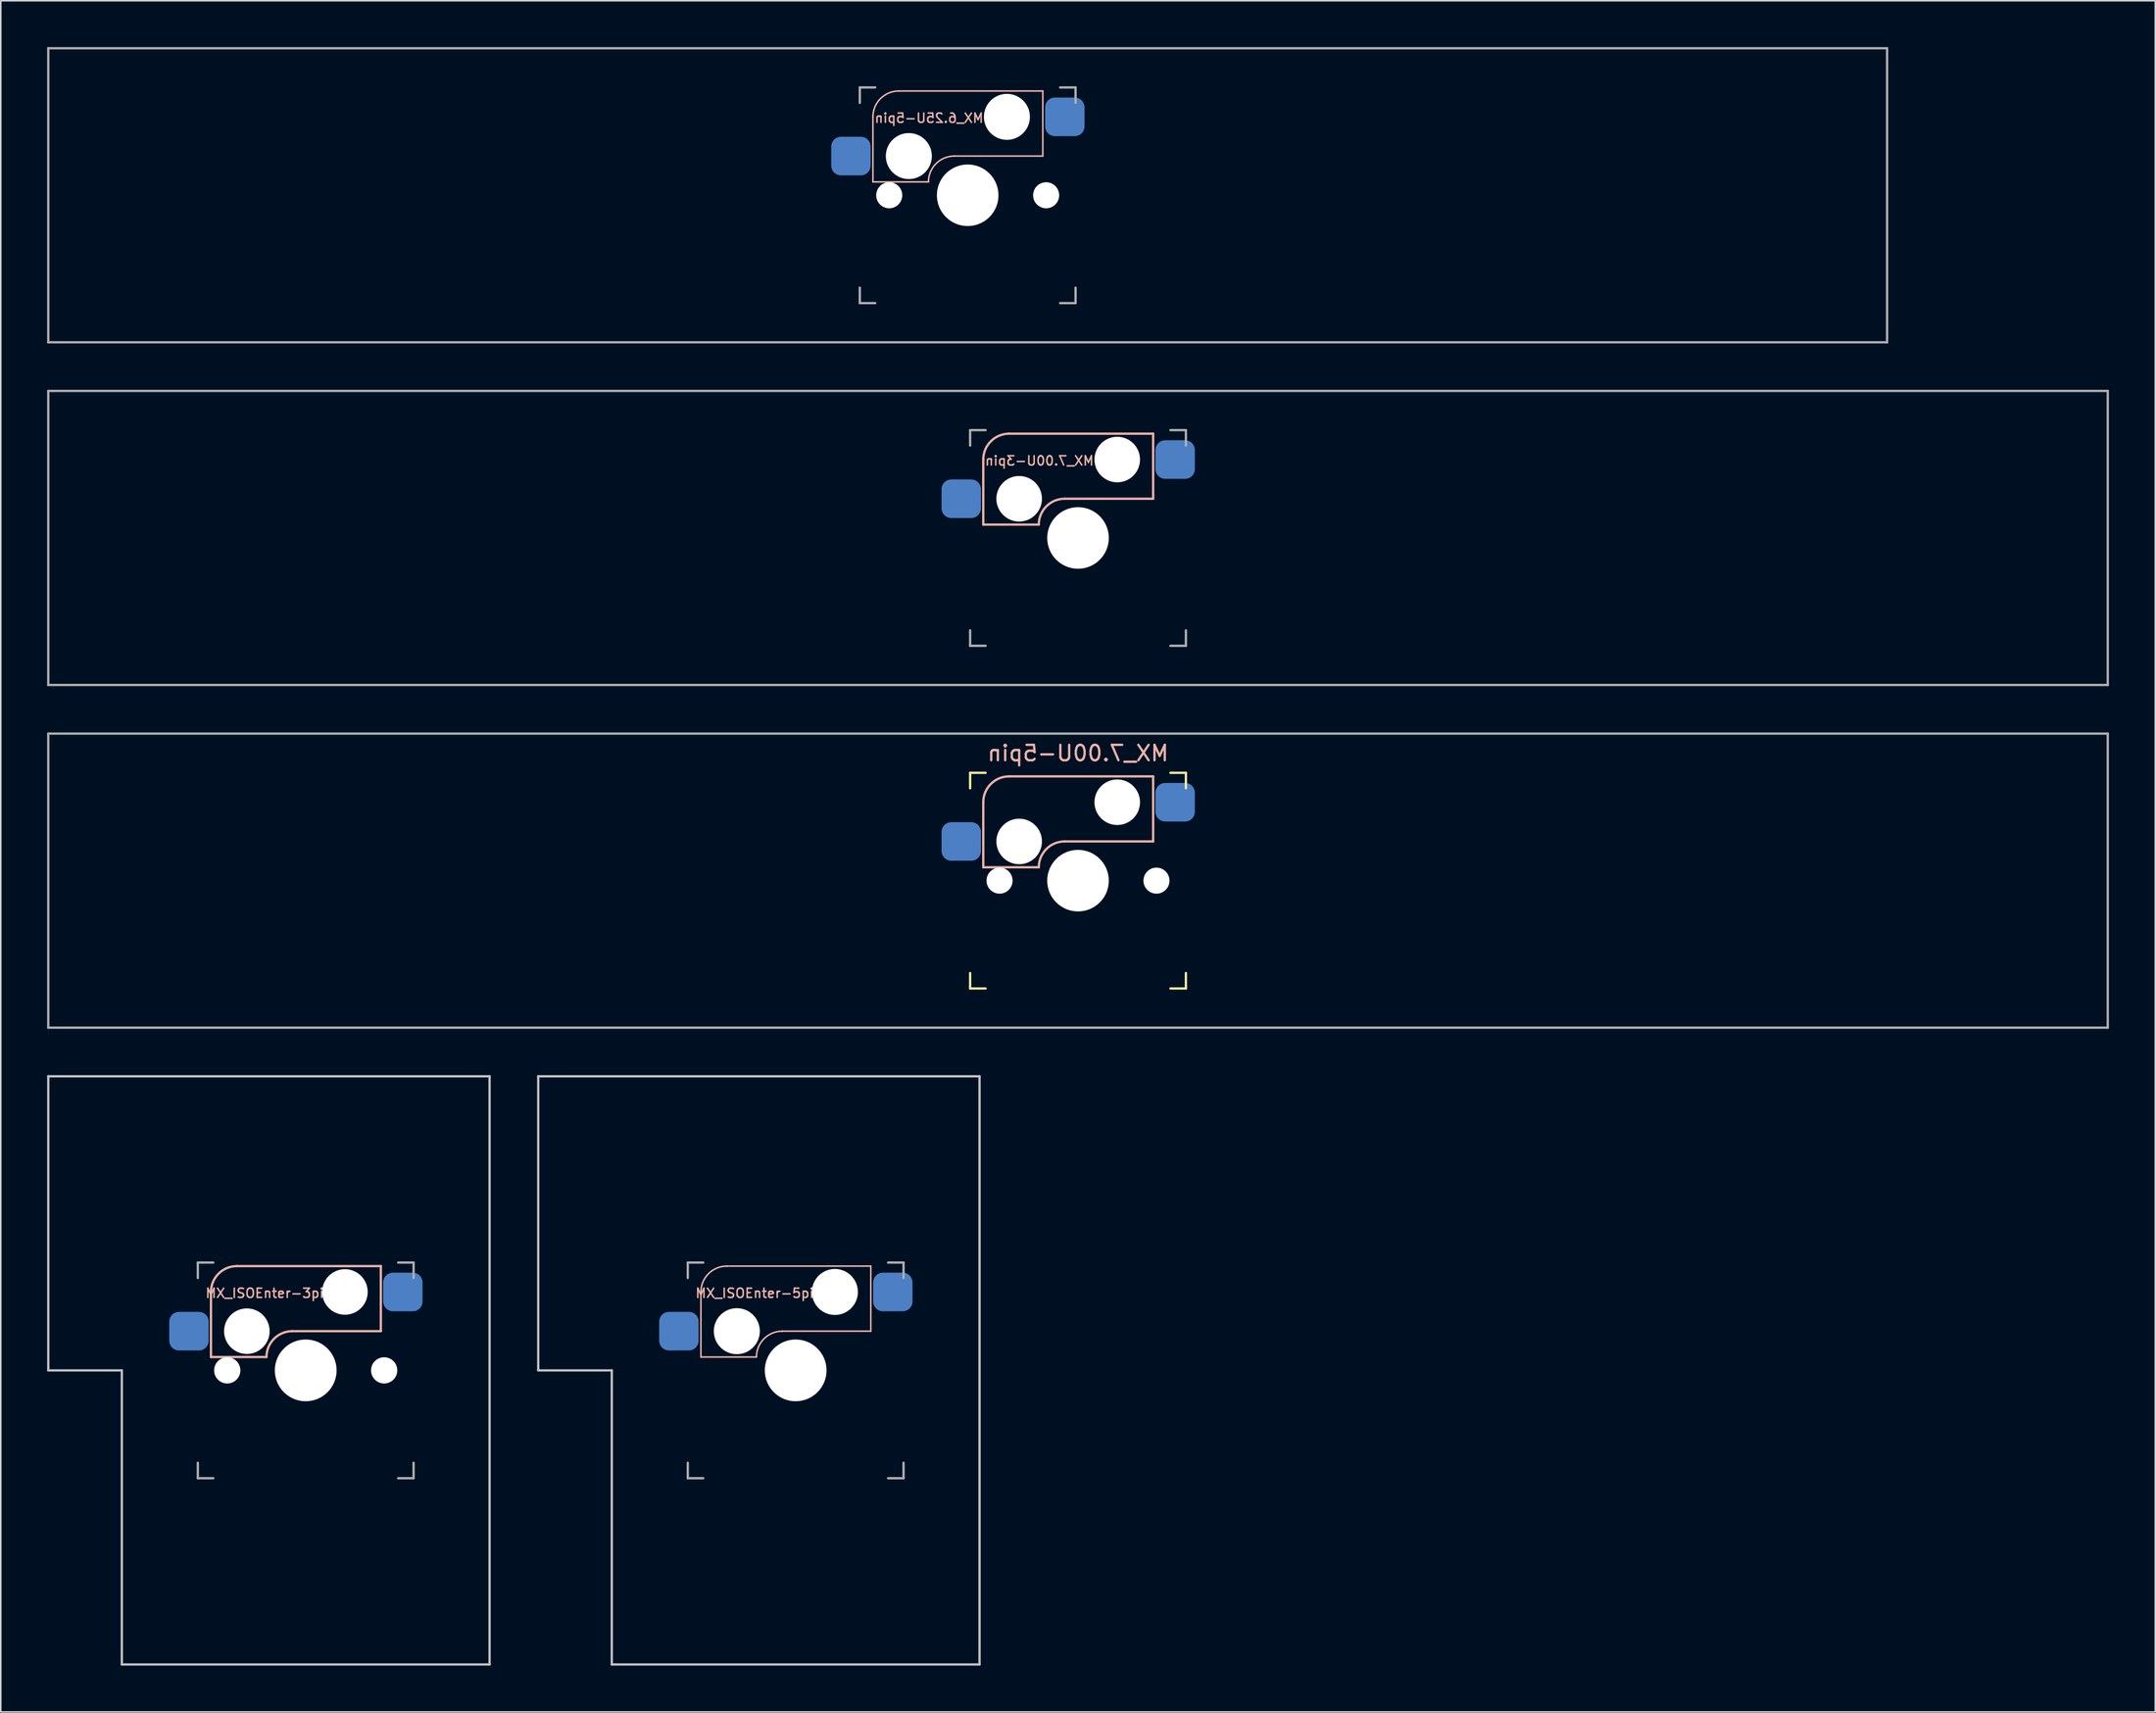
<source format=kicad_pcb>
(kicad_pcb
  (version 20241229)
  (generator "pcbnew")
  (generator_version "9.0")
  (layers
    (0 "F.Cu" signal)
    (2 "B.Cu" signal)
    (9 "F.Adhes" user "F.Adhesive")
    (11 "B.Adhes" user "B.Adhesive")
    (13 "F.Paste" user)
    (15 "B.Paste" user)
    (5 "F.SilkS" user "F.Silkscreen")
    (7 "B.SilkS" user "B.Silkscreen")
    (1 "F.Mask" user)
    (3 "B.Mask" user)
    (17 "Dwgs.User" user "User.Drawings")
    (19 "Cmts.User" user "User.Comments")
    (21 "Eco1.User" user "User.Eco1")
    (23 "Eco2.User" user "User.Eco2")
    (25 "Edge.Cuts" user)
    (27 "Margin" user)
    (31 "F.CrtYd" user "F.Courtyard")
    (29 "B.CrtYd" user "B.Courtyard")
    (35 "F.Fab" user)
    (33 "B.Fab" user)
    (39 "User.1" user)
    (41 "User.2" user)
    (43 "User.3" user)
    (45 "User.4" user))
  (footprint "MX_6.25U-5pin"
    (layer "F.Cu")
    (at 59.606 9.6)
    (property "Reference" "MX_6.25U-5pin" (at -2.5 -5 0) (layer "B.SilkS") (effects (font (size 0.6 0.6) (thickness 0.1)) (justify mirror)))
    (attr smd)
    (fp_line (start -6.135 -5.08) (end -6.135 -0.865) (stroke (width 0.1) (type solid)) (layer "B.SilkS"))
    (fp_line (start -6.135 -0.865) (end -2.54 -0.865) (stroke (width 0.1) (type solid)) (layer "B.SilkS"))
    (fp_line (start -4.46 -6.755) (end 4.865 -6.755) (stroke (width 0.1) (type solid)) (layer "B.SilkS"))
    (fp_line (start -0.865 -2.54) (end 4.865 -2.54) (stroke (width 0.1) (type solid)) (layer "B.SilkS"))
    (fp_line (start 4.865 -6.755) (end 4.865 -2.54) (stroke (width 0.1) (type solid)) (layer "B.SilkS"))
    (fp_arc (start -6.135 -5.08) (mid -5.644404 -6.264404) (end -4.46 -6.755) (stroke (width 0.1) (type solid)) (layer "B.SilkS"))
    (fp_arc (start -2.54 -0.865) (mid -2.049404 -2.049404) (end -0.865 -2.54) (stroke (width 0.1) (type solid)) (layer "B.SilkS"))
    (fp_line (start -6.985 6.985) (end -6.985 -6.985) (stroke (width 0.15) (type solid)) (layer "Eco2.User"))
    (fp_line (start -6.985 6.985) (end 6.985 6.985) (stroke (width 0.15) (type solid)) (layer "Eco2.User"))
    (fp_line (start 6.985 -6.985) (end -6.985 -6.985) (stroke (width 0.15) (type solid)) (layer "Eco2.User"))
    (fp_line (start 6.985 -6.985) (end 6.985 6.985) (stroke (width 0.15) (type solid)) (layer "Eco2.User"))
    (fp_line (start -59.531 -9.525) (end 59.531 -9.525) (stroke (width 0.15) (type solid)) (layer "F.Fab"))
    (fp_line (start -59.531 9.525) (end -59.531 -9.525) (stroke (width 0.15) (type solid)) (layer "F.Fab"))
    (fp_line (start -6.985 -5.985) (end -6.985 -6.985) (stroke (width 0.15) (type solid)) (layer "F.Fab"))
    (fp_line (start -6.985 6.985) (end -6.985 5.985) (stroke (width 0.15) (type solid)) (layer "F.Fab"))
    (fp_line (start -6.985 6.985) (end -5.985 6.985) (stroke (width 0.15) (type solid)) (layer "F.Fab"))
    (fp_line (start -5.985 -6.985) (end -6.985 -6.985) (stroke (width 0.15) (type solid)) (layer "F.Fab"))
    (fp_line (start 5.985 6.985) (end 6.985 6.985) (stroke (width 0.15) (type solid)) (layer "F.Fab"))
    (fp_line (start 6.985 -6.985) (end 5.985 -6.985) (stroke (width 0.15) (type solid)) (layer "F.Fab"))
    (fp_line (start 6.985 -6.985) (end 6.985 -5.985) (stroke (width 0.15) (type solid)) (layer "F.Fab"))
    (fp_line (start 6.985 5.985) (end 6.985 6.985) (stroke (width 0.15) (type solid)) (layer "F.Fab"))
    (fp_line (start 59.531 -9.525) (end 59.531 9.525) (stroke (width 0.15) (type solid)) (layer "F.Fab"))
    (fp_line (start 59.531 9.525) (end -59.531 9.525) (stroke (width 0.15) (type solid)) (layer "F.Fab"))
    (pad "" np_thru_hole circle (at -5.08 0) (size 1.688 1.688) (drill 1.688) (layers "*.Cu" "*.Mask"))
    (pad "" np_thru_hole circle (at -3.81 -2.54) (size 2.98 2.98) (drill 2.98) (layers "*.Cu" "*.Mask"))
    (pad "" np_thru_hole circle (at 0 0) (size 3.988 3.988) (drill 3.988) (layers "*.Cu" "*.Mask"))
    (pad "" np_thru_hole circle (at 2.54 -5.08) (size 2.98 2.98) (drill 2.98) (layers "*.Cu" "*.Mask"))
    (pad "" np_thru_hole circle (at 5.08 0) (size 1.688 1.688) (drill 1.688) (layers "*.Cu" "*.Mask"))
    (pad "1" smd roundrect (at 6.29 -5.08) (size 2.55 2.5) (layers "B.Cu" "B.Mask" "B.Paste") (roundrect_rratio 0.25))
    (pad "2" smd roundrect (at -7.56 -2.54) (size 2.55 2.5) (layers "B.Cu" "B.Mask" "B.Paste") (roundrect_rratio 0.25)))
  (footprint "MX_ISOEnter-3pin"
    (layer "F.Cu")
    (at 14.363 85.725)
    (property "Reference" "MX_ISOEnter-3pin" (at 0 -5 0) (layer "B.SilkS") (effects (font (size 0.6 0.6) (thickness 0.1))))
    (attr through_hole)
    (fp_line (start -3.754 -5.08) (end -3.754 -0.865) (stroke (width 0.15) (type solid)) (layer "B.SilkS"))
    (fp_line (start -3.754 -0.865) (end -0.159 -0.865) (stroke (width 0.15) (type solid)) (layer "B.SilkS"))
    (fp_line (start -2.079 -6.755) (end 7.246 -6.755) (stroke (width 0.15) (type solid)) (layer "B.SilkS"))
    (fp_line (start 1.516 -2.54) (end 7.246 -2.54) (stroke (width 0.15) (type solid)) (layer "B.SilkS"))
    (fp_line (start 7.246 -6.755) (end 7.246 -2.54) (stroke (width 0.15) (type solid)) (layer "B.SilkS"))
    (fp_arc (start -3.75375 -5.08) (mid -3.263154 -6.264404) (end -2.07875 -6.755) (stroke (width 0.15) (type solid)) (layer "B.SilkS"))
    (fp_arc (start -0.15875 -0.865) (mid 0.331846 -2.049404) (end 1.51625 -2.54) (stroke (width 0.15) (type solid)) (layer "B.SilkS"))
    (fp_line (start -14.287 -19.05) (end 14.287 -19.05) (stroke (width 0.15) (type solid)) (layer "Dwgs.User"))
    (fp_line (start -14.287 0) (end -14.287 -19.05) (stroke (width 0.15) (type solid)) (layer "Dwgs.User"))
    (fp_line (start -9.525 0) (end -14.287 0) (stroke (width 0.15) (type solid)) (layer "Dwgs.User"))
    (fp_line (start -9.525 19.05) (end -9.525 0) (stroke (width 0.15) (type solid)) (layer "Dwgs.User"))
    (fp_line (start 14.287 -19.05) (end 14.287 19.05) (stroke (width 0.15) (type solid)) (layer "Dwgs.User"))
    (fp_line (start 14.287 19.05) (end -9.525 19.05) (stroke (width 0.15) (type solid)) (layer "Dwgs.User"))
    (fp_line (start -4.604 6.985) (end -4.604 -6.985) (stroke (width 0.15) (type solid)) (layer "Eco2.User"))
    (fp_line (start -4.604 6.985) (end 9.366 6.985) (stroke (width 0.15) (type solid)) (layer "Eco2.User"))
    (fp_line (start 9.366 -6.985) (end -4.604 -6.985) (stroke (width 0.15) (type solid)) (layer "Eco2.User"))
    (fp_line (start 9.366 -6.985) (end 9.366 6.985) (stroke (width 0.15) (type solid)) (layer "Eco2.User"))
    (fp_line (start -4.604 -5.985) (end -4.604 -6.985) (stroke (width 0.15) (type solid)) (layer "F.Fab"))
    (fp_line (start -4.604 6.985) (end -4.604 5.985) (stroke (width 0.15) (type solid)) (layer "F.Fab"))
    (fp_line (start -4.604 6.985) (end -3.604 6.985) (stroke (width 0.15) (type solid)) (layer "F.Fab"))
    (fp_line (start -3.604 -6.985) (end -4.604 -6.985) (stroke (width 0.15) (type solid)) (layer "F.Fab"))
    (fp_line (start 8.366 6.985) (end 9.366 6.985) (stroke (width 0.15) (type solid)) (layer "F.Fab"))
    (fp_line (start 9.366 -6.985) (end 8.366 -6.985) (stroke (width 0.15) (type solid)) (layer "F.Fab"))
    (fp_line (start 9.366 -6.985) (end 9.366 -5.985) (stroke (width 0.15) (type solid)) (layer "F.Fab"))
    (fp_line (start 9.366 5.985) (end 9.366 6.985) (stroke (width 0.15) (type solid)) (layer "F.Fab"))
    (pad "" np_thru_hole circle (at -2.699 0) (size 1.7 1.7) (drill 1.7) (layers "*.Cu" "*.Mask"))
    (pad "" np_thru_hole circle (at -1.429 -2.54) (size 2.95 2.95) (drill 2.95) (layers "*.Cu" "*.Mask"))
    (pad "" np_thru_hole circle (at 2.381 0) (size 4 4) (drill 4) (layers "*.Cu" "*.Mask"))
    (pad "" np_thru_hole circle (at 4.921 -5.08) (size 2.95 2.95) (drill 2.95) (layers "*.Cu" "*.Mask"))
    (pad "" np_thru_hole circle (at 7.461 0) (size 1.7 1.7) (drill 1.7) (layers "*.Cu" "*.Mask"))
    (pad "1" smd roundrect (at 8.671 -5.08) (size 2.55 2.5) (layers "B.Cu" "B.Mask" "B.Paste") (roundrect_rratio 0.25))
    (pad "2" smd roundrect (at -5.179 -2.54) (size 2.55 2.5) (layers "B.Cu" "B.Mask" "B.Paste") (roundrect_rratio 0.25)))
  (footprint "MX_7.00U-5pin"
    (layer "F.Cu")
    (at 66.75 54)
    (property "Reference" "MX_7.00U-5pin" (at 0 -8.255 0) (layer "B.SilkS") (effects (font (size 1 1) (thickness 0.15)) (justify mirror)))
    (attr smd)
    (fp_line (start -6.985 -5.985) (end -6.985 -6.985) (stroke (width 0.15) (type solid)) (layer "F.SilkS"))
    (fp_line (start -6.985 6.985) (end -6.985 5.985) (stroke (width 0.15) (type solid)) (layer "F.SilkS"))
    (fp_line (start -6.985 6.985) (end -5.985 6.985) (stroke (width 0.15) (type solid)) (layer "F.SilkS"))
    (fp_line (start -5.985 -6.985) (end -6.985 -6.985) (stroke (width 0.15) (type solid)) (layer "F.SilkS"))
    (fp_line (start 5.985 6.985) (end 6.985 6.985) (stroke (width 0.15) (type solid)) (layer "F.SilkS"))
    (fp_line (start 6.985 -6.985) (end 5.985 -6.985) (stroke (width 0.15) (type solid)) (layer "F.SilkS"))
    (fp_line (start 6.985 -6.985) (end 6.985 -5.985) (stroke (width 0.15) (type solid)) (layer "F.SilkS"))
    (fp_line (start 6.985 5.985) (end 6.985 6.985) (stroke (width 0.15) (type solid)) (layer "F.SilkS"))
    (fp_line (start -6.135 -5.08) (end -6.135 -0.865) (stroke (width 0.15) (type solid)) (layer "B.SilkS"))
    (fp_line (start -6.135 -0.865) (end -2.54 -0.865) (stroke (width 0.15) (type solid)) (layer "B.SilkS"))
    (fp_line (start -4.46 -6.755) (end 4.865 -6.755) (stroke (width 0.15) (type solid)) (layer "B.SilkS"))
    (fp_line (start -0.865 -2.54) (end 4.865 -2.54) (stroke (width 0.15) (type solid)) (layer "B.SilkS"))
    (fp_line (start 4.865 -6.755) (end 4.865 -2.54) (stroke (width 0.15) (type solid)) (layer "B.SilkS"))
    (fp_arc (start -6.135 -5.08) (mid -5.644404 -6.264404) (end -4.46 -6.755) (stroke (width 0.15) (type solid)) (layer "B.SilkS"))
    (fp_arc (start -2.54 -0.865) (mid -2.049404 -2.049404) (end -0.865 -2.54) (stroke (width 0.15) (type solid)) (layer "B.SilkS"))
    (fp_line (start -6.985 6.985) (end -6.985 -6.985) (stroke (width 0.15) (type solid)) (layer "Eco2.User"))
    (fp_line (start -6.985 6.985) (end 6.985 6.985) (stroke (width 0.15) (type solid)) (layer "Eco2.User"))
    (fp_line (start 6.985 -6.985) (end -6.985 -6.985) (stroke (width 0.15) (type solid)) (layer "Eco2.User"))
    (fp_line (start 6.985 -6.985) (end 6.985 6.985) (stroke (width 0.15) (type solid)) (layer "Eco2.User"))
    (fp_line (start -66.675 -9.525) (end 66.675 -9.525) (stroke (width 0.15) (type solid)) (layer "F.Fab"))
    (fp_line (start -66.675 9.525) (end -66.675 -9.525) (stroke (width 0.15) (type solid)) (layer "F.Fab"))
    (fp_line (start 66.675 -9.525) (end 66.675 9.525) (stroke (width 0.15) (type solid)) (layer "F.Fab"))
    (fp_line (start 66.675 9.525) (end -66.675 9.525) (stroke (width 0.15) (type solid)) (layer "F.Fab"))
    (pad "" np_thru_hole circle (at -5.08 0) (size 1.688 1.688) (drill 1.688) (layers "*.Cu" "*.Mask"))
    (pad "" np_thru_hole circle (at -3.81 -2.54) (size 2.95 2.95) (drill 2.95) (layers "*.Cu" "*.Mask"))
    (pad "" np_thru_hole circle (at 0 0) (size 3.988 3.988) (drill 3.988) (layers "*.Cu" "*.Mask"))
    (pad "" np_thru_hole circle (at 2.54 -5.08) (size 2.95 2.95) (drill 2.95) (layers "*.Cu" "*.Mask"))
    (pad "" np_thru_hole circle (at 5.08 0) (size 1.688 1.688) (drill 1.688) (layers "*.Cu" "*.Mask"))
    (pad "1" smd roundrect (at 6.29 -5.08) (size 2.55 2.5) (layers "B.Cu" "B.Mask" "B.Paste") (roundrect_rratio 0.25))
    (pad "2" smd roundrect (at -7.56 -2.54) (size 2.55 2.5) (layers "B.Cu" "B.Mask" "B.Paste") (roundrect_rratio 0.25)))
  (footprint "MX_7.00U-3pin"
    (layer "F.Cu")
    (at 66.75 31.8)
    (property "Reference" "MX_7.00U-3pin" (at -2.5 -5 0) (layer "B.SilkS") (effects (font (size 0.6 0.6) (thickness 0.1)) (justify mirror)))
    (attr smd)
    (fp_line (start -6.135 -5.08) (end -6.135 -0.865) (stroke (width 0.15) (type solid)) (layer "B.SilkS"))
    (fp_line (start -6.135 -0.865) (end -2.54 -0.865) (stroke (width 0.15) (type solid)) (layer "B.SilkS"))
    (fp_line (start -4.46 -6.755) (end 4.865 -6.755) (stroke (width 0.15) (type solid)) (layer "B.SilkS"))
    (fp_line (start -0.865 -2.54) (end 4.865 -2.54) (stroke (width 0.15) (type solid)) (layer "B.SilkS"))
    (fp_line (start 4.865 -6.755) (end 4.865 -2.54) (stroke (width 0.15) (type solid)) (layer "B.SilkS"))
    (fp_arc (start -6.135 -5.08) (mid -5.644404 -6.264404) (end -4.46 -6.755) (stroke (width 0.15) (type solid)) (layer "B.SilkS"))
    (fp_arc (start -2.54 -0.865) (mid -2.049404 -2.049404) (end -0.865 -2.54) (stroke (width 0.15) (type solid)) (layer "B.SilkS"))
    (fp_line (start -6.985 6.985) (end -6.985 -6.985) (stroke (width 0.15) (type solid)) (layer "Eco2.User"))
    (fp_line (start -6.985 6.985) (end 6.985 6.985) (stroke (width 0.15) (type solid)) (layer "Eco2.User"))
    (fp_line (start 6.985 -6.985) (end -6.985 -6.985) (stroke (width 0.15) (type solid)) (layer "Eco2.User"))
    (fp_line (start 6.985 -6.985) (end 6.985 6.985) (stroke (width 0.15) (type solid)) (layer "Eco2.User"))
    (fp_line (start -66.675 -9.525) (end 66.675 -9.525) (stroke (width 0.15) (type solid)) (layer "F.Fab"))
    (fp_line (start -66.675 9.525) (end -66.675 -9.525) (stroke (width 0.15) (type solid)) (layer "F.Fab"))
    (fp_line (start -6.985 -5.985) (end -6.985 -6.985) (stroke (width 0.15) (type solid)) (layer "F.Fab"))
    (fp_line (start -6.985 6.985) (end -6.985 5.985) (stroke (width 0.15) (type solid)) (layer "F.Fab"))
    (fp_line (start -6.985 6.985) (end -5.985 6.985) (stroke (width 0.15) (type solid)) (layer "F.Fab"))
    (fp_line (start -5.985 -6.985) (end -6.985 -6.985) (stroke (width 0.15) (type solid)) (layer "F.Fab"))
    (fp_line (start 5.985 6.985) (end 6.985 6.985) (stroke (width 0.15) (type solid)) (layer "F.Fab"))
    (fp_line (start 6.985 -6.985) (end 5.985 -6.985) (stroke (width 0.15) (type solid)) (layer "F.Fab"))
    (fp_line (start 6.985 -6.985) (end 6.985 -5.985) (stroke (width 0.15) (type solid)) (layer "F.Fab"))
    (fp_line (start 6.985 5.985) (end 6.985 6.985) (stroke (width 0.15) (type solid)) (layer "F.Fab"))
    (fp_line (start 66.675 -9.525) (end 66.675 9.525) (stroke (width 0.15) (type solid)) (layer "F.Fab"))
    (fp_line (start 66.675 9.525) (end -66.675 9.525) (stroke (width 0.15) (type solid)) (layer "F.Fab"))
    (pad "" np_thru_hole circle (at -3.81 -2.54) (size 2.95 2.95) (drill 2.95) (layers "*.Cu" "*.Mask"))
    (pad "" np_thru_hole circle (at 0 0) (size 3.988 3.988) (drill 3.988) (layers "*.Cu" "*.Mask"))
    (pad "" np_thru_hole circle (at 2.54 -5.08) (size 2.95 2.95) (drill 2.95) (layers "*.Cu" "*.Mask"))
    (pad "1" smd roundrect (at 6.29 -5.08) (size 2.55 2.5) (layers "B.Cu" "B.Mask" "B.Paste") (roundrect_rratio 0.25))
    (pad "2" smd roundrect (at -7.56 -2.54) (size 2.55 2.5) (layers "B.Cu" "B.Mask" "B.Paste") (roundrect_rratio 0.25)))
  (footprint "MX_ISOEnter-5pin"
    (layer "F.Cu")
    (at 46.087 85.725)
    (property "Reference" "MX_ISOEnter-5pin" (at 0 -5 0) (layer "B.SilkS") (effects (font (size 0.6 0.6) (thickness 0.1))))
    (attr through_hole)
    (fp_line (start -3.754 -5.08) (end -3.754 -0.865) (stroke (width 0.1) (type solid)) (layer "B.SilkS"))
    (fp_line (start -3.754 -0.865) (end -0.159 -0.865) (stroke (width 0.1) (type solid)) (layer "B.SilkS"))
    (fp_line (start -2.079 -6.755) (end 7.246 -6.755) (stroke (width 0.1) (type solid)) (layer "B.SilkS"))
    (fp_line (start 1.516 -2.54) (end 7.246 -2.54) (stroke (width 0.1) (type solid)) (layer "B.SilkS"))
    (fp_line (start 7.246 -6.755) (end 7.246 -2.54) (stroke (width 0.1) (type solid)) (layer "B.SilkS"))
    (fp_arc (start -3.75375 -5.08) (mid -3.263154 -6.264404) (end -2.07875 -6.755) (stroke (width 0.1) (type solid)) (layer "B.SilkS"))
    (fp_arc (start -0.15875 -0.865) (mid 0.331846 -2.049404) (end 1.51625 -2.54) (stroke (width 0.1) (type solid)) (layer "B.SilkS"))
    (fp_line (start -14.287 -19.05) (end 14.287 -19.05) (stroke (width 0.15) (type solid)) (layer "Dwgs.User"))
    (fp_line (start -14.287 0) (end -14.287 -19.05) (stroke (width 0.15) (type solid)) (layer "Dwgs.User"))
    (fp_line (start -9.525 0) (end -14.287 0) (stroke (width 0.15) (type solid)) (layer "Dwgs.User"))
    (fp_line (start -9.525 19.05) (end -9.525 0) (stroke (width 0.15) (type solid)) (layer "Dwgs.User"))
    (fp_line (start 14.287 -19.05) (end 14.287 19.05) (stroke (width 0.15) (type solid)) (layer "Dwgs.User"))
    (fp_line (start 14.287 19.05) (end -9.525 19.05) (stroke (width 0.15) (type solid)) (layer "Dwgs.User"))
    (fp_line (start -4.604 6.985) (end -4.604 -6.985) (stroke (width 0.15) (type solid)) (layer "Eco2.User"))
    (fp_line (start -4.604 6.985) (end 9.366 6.985) (stroke (width 0.15) (type solid)) (layer "Eco2.User"))
    (fp_line (start 9.366 -6.985) (end -4.604 -6.985) (stroke (width 0.15) (type solid)) (layer "Eco2.User"))
    (fp_line (start 9.366 -6.985) (end 9.366 6.985) (stroke (width 0.15) (type solid)) (layer "Eco2.User"))
    (fp_line (start -4.604 -5.985) (end -4.604 -6.985) (stroke (width 0.15) (type solid)) (layer "F.Fab"))
    (fp_line (start -4.604 6.985) (end -4.604 5.985) (stroke (width 0.15) (type solid)) (layer "F.Fab"))
    (fp_line (start -4.604 6.985) (end -3.604 6.985) (stroke (width 0.15) (type solid)) (layer "F.Fab"))
    (fp_line (start -3.604 -6.985) (end -4.604 -6.985) (stroke (width 0.15) (type solid)) (layer "F.Fab"))
    (fp_line (start 8.366 6.985) (end 9.366 6.985) (stroke (width 0.15) (type solid)) (layer "F.Fab"))
    (fp_line (start 9.366 -6.985) (end 8.366 -6.985) (stroke (width 0.15) (type solid)) (layer "F.Fab"))
    (fp_line (start 9.366 -6.985) (end 9.366 -5.985) (stroke (width 0.15) (type solid)) (layer "F.Fab"))
    (fp_line (start 9.366 5.985) (end 9.366 6.985) (stroke (width 0.15) (type solid)) (layer "F.Fab"))
    (pad "" np_thru_hole circle (at -1.429 -2.54) (size 2.98 2.98) (drill 2.98) (layers "*.Cu" "*.Mask"))
    (pad "" np_thru_hole circle (at 2.381 0) (size 4 4) (drill 4) (layers "*.Cu" "*.Mask"))
    (pad "" np_thru_hole circle (at 4.921 -5.08) (size 2.98 2.98) (drill 2.98) (layers "*.Cu" "*.Mask"))
    (pad "1" smd roundrect (at 8.671 -5.08) (size 2.55 2.5) (layers "B.Cu" "B.Mask" "B.Paste") (roundrect_rratio 0.25))
    (pad "2" smd roundrect (at -5.179 -2.54) (size 2.55 2.5) (layers "B.Cu" "B.Mask" "B.Paste") (roundrect_rratio 0.25)))
  (gr_rect
    (start -3 -3)
    (end 136.5 107.85)
    (stroke (width 0.1) (type default))
    (fill no)
    (layer "Edge.Cuts")))
</source>
